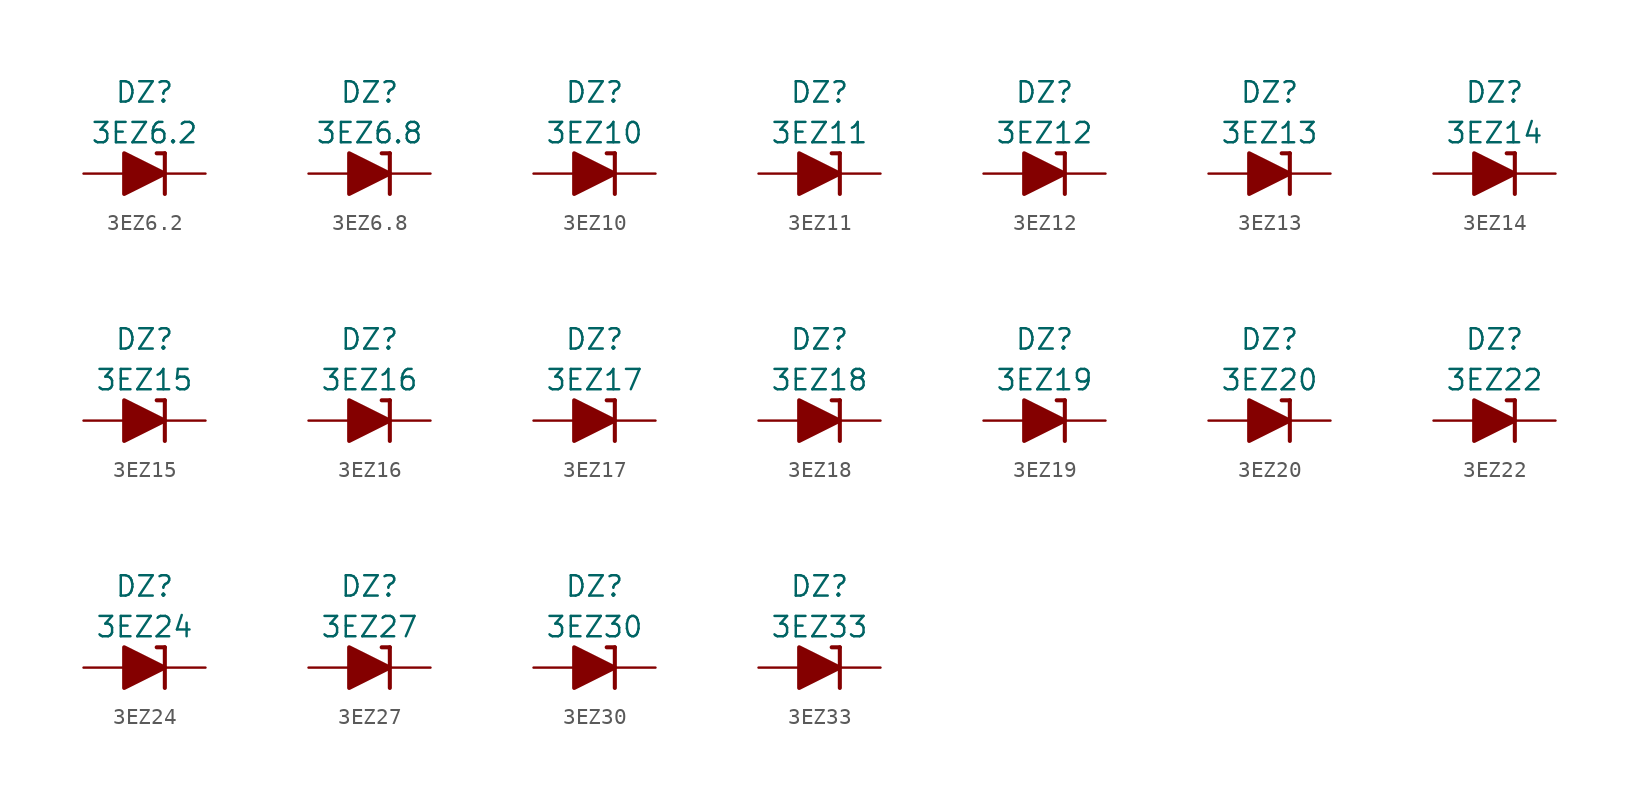
<source format=kicad_sym>
(kicad_symbol_lib
  (version 20211014)
  (generator kicad_symbol_editor)
  (symbol "3EZ6.2"
    (pin_numbers hide)
    (pin_names
      (offset 1.016) hide)
    (property "Reference" "DZ"
      (at 0 5.08 0)
      (effects (font (size 1.27 1.27))))
    (property "Value" "3EZ6.2"
      (at 0 2.54 0)
      (effects (font (size 1.27 1.27))))
    (symbol "3EZ6.2_0_1"
      (polyline (pts (xy -1.27 0) (xy 1.27 0)) (stroke (width 0) (type default) (color 0 0 0 0)) (fill (type none)))
      (polyline (pts (xy 1.27 1.27) (xy 0.762 1.27)) (stroke (width 0.254) (type default) (color 0 0 0 0)) (fill (type none)))
      (polyline (pts (xy 1.27 1.27) (xy 1.27 -1.27)) (stroke (width 0.254) (type default) (color 0 0 0 0)) (fill (type none)))
      (polyline (pts (xy -1.27 -1.27) (xy -1.27 1.27) (xy 1.27 0) (xy -1.27 -1.27)) (stroke (width 0.254) (type default) (color 0 0 0 0)) (fill (type outline))))
    (symbol "3EZ6.2_1_1"
      (pin passive line (at 3.81 0 180) (length 2.54) (name "K" (effects (font (size 1.27 1.27)))) (number "1" (effects (font (size 1.27 1.27)))))
      (pin passive line (at -3.81 0 0) (length 2.54) (name "A" (effects (font (size 1.27 1.27)))) (number "2" (effects (font (size 1.27 1.27)))))))
  (symbol "3EZ6.8"
    (pin_numbers hide)
    (pin_names
      (offset 1.016) hide)
    (property "Reference" "DZ"
      (at 0 5.08 0)
      (effects (font (size 1.27 1.27))))
    (property "Value" "3EZ6.8"
      (at 0 2.54 0)
      (effects (font (size 1.27 1.27))))
    (symbol "3EZ6.8_0_1"
      (polyline (pts (xy -1.27 0) (xy 1.27 0)) (stroke (width 0) (type default) (color 0 0 0 0)) (fill (type none)))
      (polyline (pts (xy 1.27 1.27) (xy 0.762 1.27)) (stroke (width 0.254) (type default) (color 0 0 0 0)) (fill (type none)))
      (polyline (pts (xy 1.27 1.27) (xy 1.27 -1.27)) (stroke (width 0.254) (type default) (color 0 0 0 0)) (fill (type none)))
      (polyline (pts (xy -1.27 -1.27) (xy -1.27 1.27) (xy 1.27 0) (xy -1.27 -1.27)) (stroke (width 0.254) (type default) (color 0 0 0 0)) (fill (type outline))))
    (symbol "3EZ6.8_1_1"
      (pin passive line (at 3.81 0 180) (length 2.54) (name "K" (effects (font (size 1.27 1.27)))) (number "1" (effects (font (size 1.27 1.27)))))
      (pin passive line (at -3.81 0 0) (length 2.54) (name "A" (effects (font (size 1.27 1.27)))) (number "2" (effects (font (size 1.27 1.27)))))))
  (symbol "3EZ10"
    (pin_numbers hide)
    (pin_names
      (offset 1.016) hide)
    (property "Reference" "DZ"
      (at 0 5.08 0)
      (effects (font (size 1.27 1.27))))
    (property "Value" "3EZ10"
      (at 0 2.54 0)
      (effects (font (size 1.27 1.27))))
    (symbol "3EZ10_0_1"
      (polyline (pts (xy -1.27 0) (xy 1.27 0)) (stroke (width 0) (type default) (color 0 0 0 0)) (fill (type none)))
      (polyline (pts (xy 1.27 1.27) (xy 0.762 1.27)) (stroke (width 0.254) (type default) (color 0 0 0 0)) (fill (type none)))
      (polyline (pts (xy 1.27 1.27) (xy 1.27 -1.27)) (stroke (width 0.254) (type default) (color 0 0 0 0)) (fill (type none)))
      (polyline (pts (xy -1.27 -1.27) (xy -1.27 1.27) (xy 1.27 0) (xy -1.27 -1.27)) (stroke (width 0.254) (type default) (color 0 0 0 0)) (fill (type outline))))
    (symbol "3EZ10_1_1"
      (pin passive line (at 3.81 0 180) (length 2.54) (name "K" (effects (font (size 1.27 1.27)))) (number "1" (effects (font (size 1.27 1.27)))))
      (pin passive line (at -3.81 0 0) (length 2.54) (name "A" (effects (font (size 1.27 1.27)))) (number "2" (effects (font (size 1.27 1.27)))))))
  (symbol "3EZ11"
    (pin_numbers hide)
    (pin_names
      (offset 1.016) hide)
    (property "Reference" "DZ"
      (at 0 5.08 0)
      (effects (font (size 1.27 1.27))))
    (property "Value" "3EZ11"
      (at 0 2.54 0)
      (effects (font (size 1.27 1.27))))
    (symbol "3EZ11_0_1"
      (polyline (pts (xy -1.27 0) (xy 1.27 0)) (stroke (width 0) (type default) (color 0 0 0 0)) (fill (type none)))
      (polyline (pts (xy 1.27 1.27) (xy 0.762 1.27)) (stroke (width 0.254) (type default) (color 0 0 0 0)) (fill (type none)))
      (polyline (pts (xy 1.27 1.27) (xy 1.27 -1.27)) (stroke (width 0.254) (type default) (color 0 0 0 0)) (fill (type none)))
      (polyline (pts (xy -1.27 -1.27) (xy -1.27 1.27) (xy 1.27 0) (xy -1.27 -1.27)) (stroke (width 0.254) (type default) (color 0 0 0 0)) (fill (type outline))))
    (symbol "3EZ11_1_1"
      (pin passive line (at 3.81 0 180) (length 2.54) (name "K" (effects (font (size 1.27 1.27)))) (number "1" (effects (font (size 1.27 1.27)))))
      (pin passive line (at -3.81 0 0) (length 2.54) (name "A" (effects (font (size 1.27 1.27)))) (number "2" (effects (font (size 1.27 1.27)))))))
  (symbol "3EZ12"
    (pin_numbers hide)
    (pin_names
      (offset 1.016) hide)
    (property "Reference" "DZ"
      (at 0 5.08 0)
      (effects (font (size 1.27 1.27))))
    (property "Value" "3EZ12"
      (at 0 2.54 0)
      (effects (font (size 1.27 1.27))))
    (symbol "3EZ12_0_1"
      (polyline (pts (xy -1.27 0) (xy 1.27 0)) (stroke (width 0) (type default) (color 0 0 0 0)) (fill (type none)))
      (polyline (pts (xy 1.27 1.27) (xy 0.762 1.27)) (stroke (width 0.254) (type default) (color 0 0 0 0)) (fill (type none)))
      (polyline (pts (xy 1.27 1.27) (xy 1.27 -1.27)) (stroke (width 0.254) (type default) (color 0 0 0 0)) (fill (type none)))
      (polyline (pts (xy -1.27 -1.27) (xy -1.27 1.27) (xy 1.27 0) (xy -1.27 -1.27)) (stroke (width 0.254) (type default) (color 0 0 0 0)) (fill (type outline))))
    (symbol "3EZ12_1_1"
      (pin passive line (at 3.81 0 180) (length 2.54) (name "K" (effects (font (size 1.27 1.27)))) (number "1" (effects (font (size 1.27 1.27)))))
      (pin passive line (at -3.81 0 0) (length 2.54) (name "A" (effects (font (size 1.27 1.27)))) (number "2" (effects (font (size 1.27 1.27)))))))
  (symbol "3EZ13"
    (pin_numbers hide)
    (pin_names
      (offset 1.016) hide)
    (property "Reference" "DZ"
      (at 0 5.08 0)
      (effects (font (size 1.27 1.27))))
    (property "Value" "3EZ13"
      (at 0 2.54 0)
      (effects (font (size 1.27 1.27))))
    (symbol "3EZ13_0_1"
      (polyline (pts (xy -1.27 0) (xy 1.27 0)) (stroke (width 0) (type default) (color 0 0 0 0)) (fill (type none)))
      (polyline (pts (xy 1.27 1.27) (xy 0.762 1.27)) (stroke (width 0.254) (type default) (color 0 0 0 0)) (fill (type none)))
      (polyline (pts (xy 1.27 1.27) (xy 1.27 -1.27)) (stroke (width 0.254) (type default) (color 0 0 0 0)) (fill (type none)))
      (polyline (pts (xy -1.27 -1.27) (xy -1.27 1.27) (xy 1.27 0) (xy -1.27 -1.27)) (stroke (width 0.254) (type default) (color 0 0 0 0)) (fill (type outline))))
    (symbol "3EZ13_1_1"
      (pin passive line (at 3.81 0 180) (length 2.54) (name "K" (effects (font (size 1.27 1.27)))) (number "1" (effects (font (size 1.27 1.27)))))
      (pin passive line (at -3.81 0 0) (length 2.54) (name "A" (effects (font (size 1.27 1.27)))) (number "2" (effects (font (size 1.27 1.27)))))))
  (symbol "3EZ14"
    (pin_numbers hide)
    (pin_names
      (offset 1.016) hide)
    (property "Reference" "DZ"
      (at 0 5.08 0)
      (effects (font (size 1.27 1.27))))
    (property "Value" "3EZ14"
      (at 0 2.54 0)
      (effects (font (size 1.27 1.27))))
    (symbol "3EZ14_0_1"
      (polyline (pts (xy -1.27 0) (xy 1.27 0)) (stroke (width 0) (type default) (color 0 0 0 0)) (fill (type none)))
      (polyline (pts (xy 1.27 1.27) (xy 0.762 1.27)) (stroke (width 0.254) (type default) (color 0 0 0 0)) (fill (type none)))
      (polyline (pts (xy 1.27 1.27) (xy 1.27 -1.27)) (stroke (width 0.254) (type default) (color 0 0 0 0)) (fill (type none)))
      (polyline (pts (xy -1.27 -1.27) (xy -1.27 1.27) (xy 1.27 0) (xy -1.27 -1.27)) (stroke (width 0.254) (type default) (color 0 0 0 0)) (fill (type outline))))
    (symbol "3EZ14_1_1"
      (pin passive line (at 3.81 0 180) (length 2.54) (name "K" (effects (font (size 1.27 1.27)))) (number "1" (effects (font (size 1.27 1.27)))))
      (pin passive line (at -3.81 0 0) (length 2.54) (name "A" (effects (font (size 1.27 1.27)))) (number "2" (effects (font (size 1.27 1.27)))))))
  (symbol "3EZ15"
    (pin_numbers hide)
    (pin_names
      (offset 1.016) hide)
    (property "Reference" "DZ"
      (at 0 5.08 0)
      (effects (font (size 1.27 1.27))))
    (property "Value" "3EZ15"
      (at 0 2.54 0)
      (effects (font (size 1.27 1.27))))
    (symbol "3EZ15_0_1"
      (polyline (pts (xy -1.27 0) (xy 1.27 0)) (stroke (width 0) (type default) (color 0 0 0 0)) (fill (type none)))
      (polyline (pts (xy 1.27 1.27) (xy 0.762 1.27)) (stroke (width 0.254) (type default) (color 0 0 0 0)) (fill (type none)))
      (polyline (pts (xy 1.27 1.27) (xy 1.27 -1.27)) (stroke (width 0.254) (type default) (color 0 0 0 0)) (fill (type none)))
      (polyline (pts (xy -1.27 -1.27) (xy -1.27 1.27) (xy 1.27 0) (xy -1.27 -1.27)) (stroke (width 0.254) (type default) (color 0 0 0 0)) (fill (type outline))))
    (symbol "3EZ15_1_1"
      (pin passive line (at 3.81 0 180) (length 2.54) (name "K" (effects (font (size 1.27 1.27)))) (number "1" (effects (font (size 1.27 1.27)))))
      (pin passive line (at -3.81 0 0) (length 2.54) (name "A" (effects (font (size 1.27 1.27)))) (number "2" (effects (font (size 1.27 1.27)))))))
  (symbol "3EZ16"
    (pin_numbers hide)
    (pin_names
      (offset 1.016) hide)
    (property "Reference" "DZ"
      (at 0 5.08 0)
      (effects (font (size 1.27 1.27))))
    (property "Value" "3EZ16"
      (at 0 2.54 0)
      (effects (font (size 1.27 1.27))))
    (symbol "3EZ16_0_1"
      (polyline (pts (xy -1.27 0) (xy 1.27 0)) (stroke (width 0) (type default) (color 0 0 0 0)) (fill (type none)))
      (polyline (pts (xy 1.27 1.27) (xy 0.762 1.27)) (stroke (width 0.254) (type default) (color 0 0 0 0)) (fill (type none)))
      (polyline (pts (xy 1.27 1.27) (xy 1.27 -1.27)) (stroke (width 0.254) (type default) (color 0 0 0 0)) (fill (type none)))
      (polyline (pts (xy -1.27 -1.27) (xy -1.27 1.27) (xy 1.27 0) (xy -1.27 -1.27)) (stroke (width 0.254) (type default) (color 0 0 0 0)) (fill (type outline))))
    (symbol "3EZ16_1_1"
      (pin passive line (at 3.81 0 180) (length 2.54) (name "K" (effects (font (size 1.27 1.27)))) (number "1" (effects (font (size 1.27 1.27)))))
      (pin passive line (at -3.81 0 0) (length 2.54) (name "A" (effects (font (size 1.27 1.27)))) (number "2" (effects (font (size 1.27 1.27)))))))
  (symbol "3EZ17"
    (pin_numbers hide)
    (pin_names
      (offset 1.016) hide)
    (property "Reference" "DZ"
      (at 0 5.08 0)
      (effects (font (size 1.27 1.27))))
    (property "Value" "3EZ17"
      (at 0 2.54 0)
      (effects (font (size 1.27 1.27))))
    (symbol "3EZ17_0_1"
      (polyline (pts (xy -1.27 0) (xy 1.27 0)) (stroke (width 0) (type default) (color 0 0 0 0)) (fill (type none)))
      (polyline (pts (xy 1.27 1.27) (xy 0.762 1.27)) (stroke (width 0.254) (type default) (color 0 0 0 0)) (fill (type none)))
      (polyline (pts (xy 1.27 1.27) (xy 1.27 -1.27)) (stroke (width 0.254) (type default) (color 0 0 0 0)) (fill (type none)))
      (polyline (pts (xy -1.27 -1.27) (xy -1.27 1.27) (xy 1.27 0) (xy -1.27 -1.27)) (stroke (width 0.254) (type default) (color 0 0 0 0)) (fill (type outline))))
    (symbol "3EZ17_1_1"
      (pin passive line (at 3.81 0 180) (length 2.54) (name "K" (effects (font (size 1.27 1.27)))) (number "1" (effects (font (size 1.27 1.27)))))
      (pin passive line (at -3.81 0 0) (length 2.54) (name "A" (effects (font (size 1.27 1.27)))) (number "2" (effects (font (size 1.27 1.27)))))))
  (symbol "3EZ18"
    (pin_numbers hide)
    (pin_names
      (offset 1.016) hide)
    (property "Reference" "DZ"
      (at 0 5.08 0)
      (effects (font (size 1.27 1.27))))
    (property "Value" "3EZ18"
      (at 0 2.54 0)
      (effects (font (size 1.27 1.27))))
    (symbol "3EZ18_0_1"
      (polyline (pts (xy -1.27 0) (xy 1.27 0)) (stroke (width 0) (type default) (color 0 0 0 0)) (fill (type none)))
      (polyline (pts (xy 1.27 1.27) (xy 0.762 1.27)) (stroke (width 0.254) (type default) (color 0 0 0 0)) (fill (type none)))
      (polyline (pts (xy 1.27 1.27) (xy 1.27 -1.27)) (stroke (width 0.254) (type default) (color 0 0 0 0)) (fill (type none)))
      (polyline (pts (xy -1.27 -1.27) (xy -1.27 1.27) (xy 1.27 0) (xy -1.27 -1.27)) (stroke (width 0.254) (type default) (color 0 0 0 0)) (fill (type outline))))
    (symbol "3EZ18_1_1"
      (pin passive line (at 3.81 0 180) (length 2.54) (name "K" (effects (font (size 1.27 1.27)))) (number "1" (effects (font (size 1.27 1.27)))))
      (pin passive line (at -3.81 0 0) (length 2.54) (name "A" (effects (font (size 1.27 1.27)))) (number "2" (effects (font (size 1.27 1.27)))))))
  (symbol "3EZ19"
    (pin_numbers hide)
    (pin_names
      (offset 1.016) hide)
    (property "Reference" "DZ"
      (at 0 5.08 0)
      (effects (font (size 1.27 1.27))))
    (property "Value" "3EZ19"
      (at 0 2.54 0)
      (effects (font (size 1.27 1.27))))
    (symbol "3EZ19_0_1"
      (polyline (pts (xy -1.27 0) (xy 1.27 0)) (stroke (width 0) (type default) (color 0 0 0 0)) (fill (type none)))
      (polyline (pts (xy 1.27 1.27) (xy 0.762 1.27)) (stroke (width 0.254) (type default) (color 0 0 0 0)) (fill (type none)))
      (polyline (pts (xy 1.27 1.27) (xy 1.27 -1.27)) (stroke (width 0.254) (type default) (color 0 0 0 0)) (fill (type none)))
      (polyline (pts (xy -1.27 -1.27) (xy -1.27 1.27) (xy 1.27 0) (xy -1.27 -1.27)) (stroke (width 0.254) (type default) (color 0 0 0 0)) (fill (type outline))))
    (symbol "3EZ19_1_1"
      (pin passive line (at 3.81 0 180) (length 2.54) (name "K" (effects (font (size 1.27 1.27)))) (number "1" (effects (font (size 1.27 1.27)))))
      (pin passive line (at -3.81 0 0) (length 2.54) (name "A" (effects (font (size 1.27 1.27)))) (number "2" (effects (font (size 1.27 1.27)))))))
  (symbol "3EZ20"
    (pin_numbers hide)
    (pin_names
      (offset 1.016) hide)
    (property "Reference" "DZ"
      (at 0 5.08 0)
      (effects (font (size 1.27 1.27))))
    (property "Value" "3EZ20"
      (at 0 2.54 0)
      (effects (font (size 1.27 1.27))))
    (symbol "3EZ20_0_1"
      (polyline (pts (xy -1.27 0) (xy 1.27 0)) (stroke (width 0) (type default) (color 0 0 0 0)) (fill (type none)))
      (polyline (pts (xy 1.27 1.27) (xy 0.762 1.27)) (stroke (width 0.254) (type default) (color 0 0 0 0)) (fill (type none)))
      (polyline (pts (xy 1.27 1.27) (xy 1.27 -1.27)) (stroke (width 0.254) (type default) (color 0 0 0 0)) (fill (type none)))
      (polyline (pts (xy -1.27 -1.27) (xy -1.27 1.27) (xy 1.27 0) (xy -1.27 -1.27)) (stroke (width 0.254) (type default) (color 0 0 0 0)) (fill (type outline))))
    (symbol "3EZ20_1_1"
      (pin passive line (at 3.81 0 180) (length 2.54) (name "K" (effects (font (size 1.27 1.27)))) (number "1" (effects (font (size 1.27 1.27)))))
      (pin passive line (at -3.81 0 0) (length 2.54) (name "A" (effects (font (size 1.27 1.27)))) (number "2" (effects (font (size 1.27 1.27)))))))
  (symbol "3EZ22"
    (pin_numbers hide)
    (pin_names
      (offset 1.016) hide)
    (property "Reference" "DZ"
      (at 0 5.08 0)
      (effects (font (size 1.27 1.27))))
    (property "Value" "3EZ22"
      (at 0 2.54 0)
      (effects (font (size 1.27 1.27))))
    (symbol "3EZ22_0_1"
      (polyline (pts (xy -1.27 0) (xy 1.27 0)) (stroke (width 0) (type default) (color 0 0 0 0)) (fill (type none)))
      (polyline (pts (xy 1.27 1.27) (xy 0.762 1.27)) (stroke (width 0.254) (type default) (color 0 0 0 0)) (fill (type none)))
      (polyline (pts (xy 1.27 1.27) (xy 1.27 -1.27)) (stroke (width 0.254) (type default) (color 0 0 0 0)) (fill (type none)))
      (polyline (pts (xy -1.27 -1.27) (xy -1.27 1.27) (xy 1.27 0) (xy -1.27 -1.27)) (stroke (width 0.254) (type default) (color 0 0 0 0)) (fill (type outline))))
    (symbol "3EZ22_1_1"
      (pin passive line (at 3.81 0 180) (length 2.54) (name "K" (effects (font (size 1.27 1.27)))) (number "1" (effects (font (size 1.27 1.27)))))
      (pin passive line (at -3.81 0 0) (length 2.54) (name "A" (effects (font (size 1.27 1.27)))) (number "2" (effects (font (size 1.27 1.27)))))))
  (symbol "3EZ24"
    (pin_numbers hide)
    (pin_names
      (offset 1.016) hide)
    (property "Reference" "DZ"
      (at 0 5.08 0)
      (effects (font (size 1.27 1.27))))
    (property "Value" "3EZ24"
      (at 0 2.54 0)
      (effects (font (size 1.27 1.27))))
    (symbol "3EZ24_0_1"
      (polyline (pts (xy -1.27 0) (xy 1.27 0)) (stroke (width 0) (type default) (color 0 0 0 0)) (fill (type none)))
      (polyline (pts (xy 1.27 1.27) (xy 0.762 1.27)) (stroke (width 0.254) (type default) (color 0 0 0 0)) (fill (type none)))
      (polyline (pts (xy 1.27 1.27) (xy 1.27 -1.27)) (stroke (width 0.254) (type default) (color 0 0 0 0)) (fill (type none)))
      (polyline (pts (xy -1.27 -1.27) (xy -1.27 1.27) (xy 1.27 0) (xy -1.27 -1.27)) (stroke (width 0.254) (type default) (color 0 0 0 0)) (fill (type outline))))
    (symbol "3EZ24_1_1"
      (pin passive line (at 3.81 0 180) (length 2.54) (name "K" (effects (font (size 1.27 1.27)))) (number "1" (effects (font (size 1.27 1.27)))))
      (pin passive line (at -3.81 0 0) (length 2.54) (name "A" (effects (font (size 1.27 1.27)))) (number "2" (effects (font (size 1.27 1.27)))))))
  (symbol "3EZ27"
    (pin_numbers hide)
    (pin_names
      (offset 1.016) hide)
    (property "Reference" "DZ"
      (at 0 5.08 0)
      (effects (font (size 1.27 1.27))))
    (property "Value" "3EZ27"
      (at 0 2.54 0)
      (effects (font (size 1.27 1.27))))
    (symbol "3EZ27_0_1"
      (polyline (pts (xy -1.27 0) (xy 1.27 0)) (stroke (width 0) (type default) (color 0 0 0 0)) (fill (type none)))
      (polyline (pts (xy 1.27 1.27) (xy 0.762 1.27)) (stroke (width 0.254) (type default) (color 0 0 0 0)) (fill (type none)))
      (polyline (pts (xy 1.27 1.27) (xy 1.27 -1.27)) (stroke (width 0.254) (type default) (color 0 0 0 0)) (fill (type none)))
      (polyline (pts (xy -1.27 -1.27) (xy -1.27 1.27) (xy 1.27 0) (xy -1.27 -1.27)) (stroke (width 0.254) (type default) (color 0 0 0 0)) (fill (type outline))))
    (symbol "3EZ27_1_1"
      (pin passive line (at 3.81 0 180) (length 2.54) (name "K" (effects (font (size 1.27 1.27)))) (number "1" (effects (font (size 1.27 1.27)))))
      (pin passive line (at -3.81 0 0) (length 2.54) (name "A" (effects (font (size 1.27 1.27)))) (number "2" (effects (font (size 1.27 1.27)))))))
  (symbol "3EZ30"
    (pin_numbers hide)
    (pin_names
      (offset 1.016) hide)
    (property "Reference" "DZ"
      (at 0 5.08 0)
      (effects (font (size 1.27 1.27))))
    (property "Value" "3EZ30"
      (at 0 2.54 0)
      (effects (font (size 1.27 1.27))))
    (symbol "3EZ30_0_1"
      (polyline (pts (xy -1.27 0) (xy 1.27 0)) (stroke (width 0) (type default) (color 0 0 0 0)) (fill (type none)))
      (polyline (pts (xy 1.27 1.27) (xy 0.762 1.27)) (stroke (width 0.254) (type default) (color 0 0 0 0)) (fill (type none)))
      (polyline (pts (xy 1.27 1.27) (xy 1.27 -1.27)) (stroke (width 0.254) (type default) (color 0 0 0 0)) (fill (type none)))
      (polyline (pts (xy -1.27 -1.27) (xy -1.27 1.27) (xy 1.27 0) (xy -1.27 -1.27)) (stroke (width 0.254) (type default) (color 0 0 0 0)) (fill (type outline))))
    (symbol "3EZ30_1_1"
      (pin passive line (at 3.81 0 180) (length 2.54) (name "K" (effects (font (size 1.27 1.27)))) (number "1" (effects (font (size 1.27 1.27)))))
      (pin passive line (at -3.81 0 0) (length 2.54) (name "A" (effects (font (size 1.27 1.27)))) (number "2" (effects (font (size 1.27 1.27)))))))
  (symbol "3EZ33"
    (pin_numbers hide)
    (pin_names
      (offset 1.016) hide)
    (property "Reference" "DZ"
      (at 0 5.08 0)
      (effects (font (size 1.27 1.27))))
    (property "Value" "3EZ33"
      (at 0 2.54 0)
      (effects (font (size 1.27 1.27))))
    (symbol "3EZ33_0_1"
      (polyline (pts (xy -1.27 0) (xy 1.27 0)) (stroke (width 0) (type default) (color 0 0 0 0)) (fill (type none)))
      (polyline (pts (xy 1.27 1.27) (xy 0.762 1.27)) (stroke (width 0.254) (type default) (color 0 0 0 0)) (fill (type none)))
      (polyline (pts (xy 1.27 1.27) (xy 1.27 -1.27)) (stroke (width 0.254) (type default) (color 0 0 0 0)) (fill (type none)))
      (polyline (pts (xy -1.27 -1.27) (xy -1.27 1.27) (xy 1.27 0) (xy -1.27 -1.27)) (stroke (width 0.254) (type default) (color 0 0 0 0)) (fill (type outline))))
    (symbol "3EZ33_1_1"
      (pin passive line (at 3.81 0 180) (length 2.54) (name "K" (effects (font (size 1.27 1.27)))) (number "1" (effects (font (size 1.27 1.27)))))
      (pin passive line (at -3.81 0 0) (length 2.54) (name "A" (effects (font (size 1.27 1.27)))) (number "2" (effects (font (size 1.27 1.27))))))))
</source>
